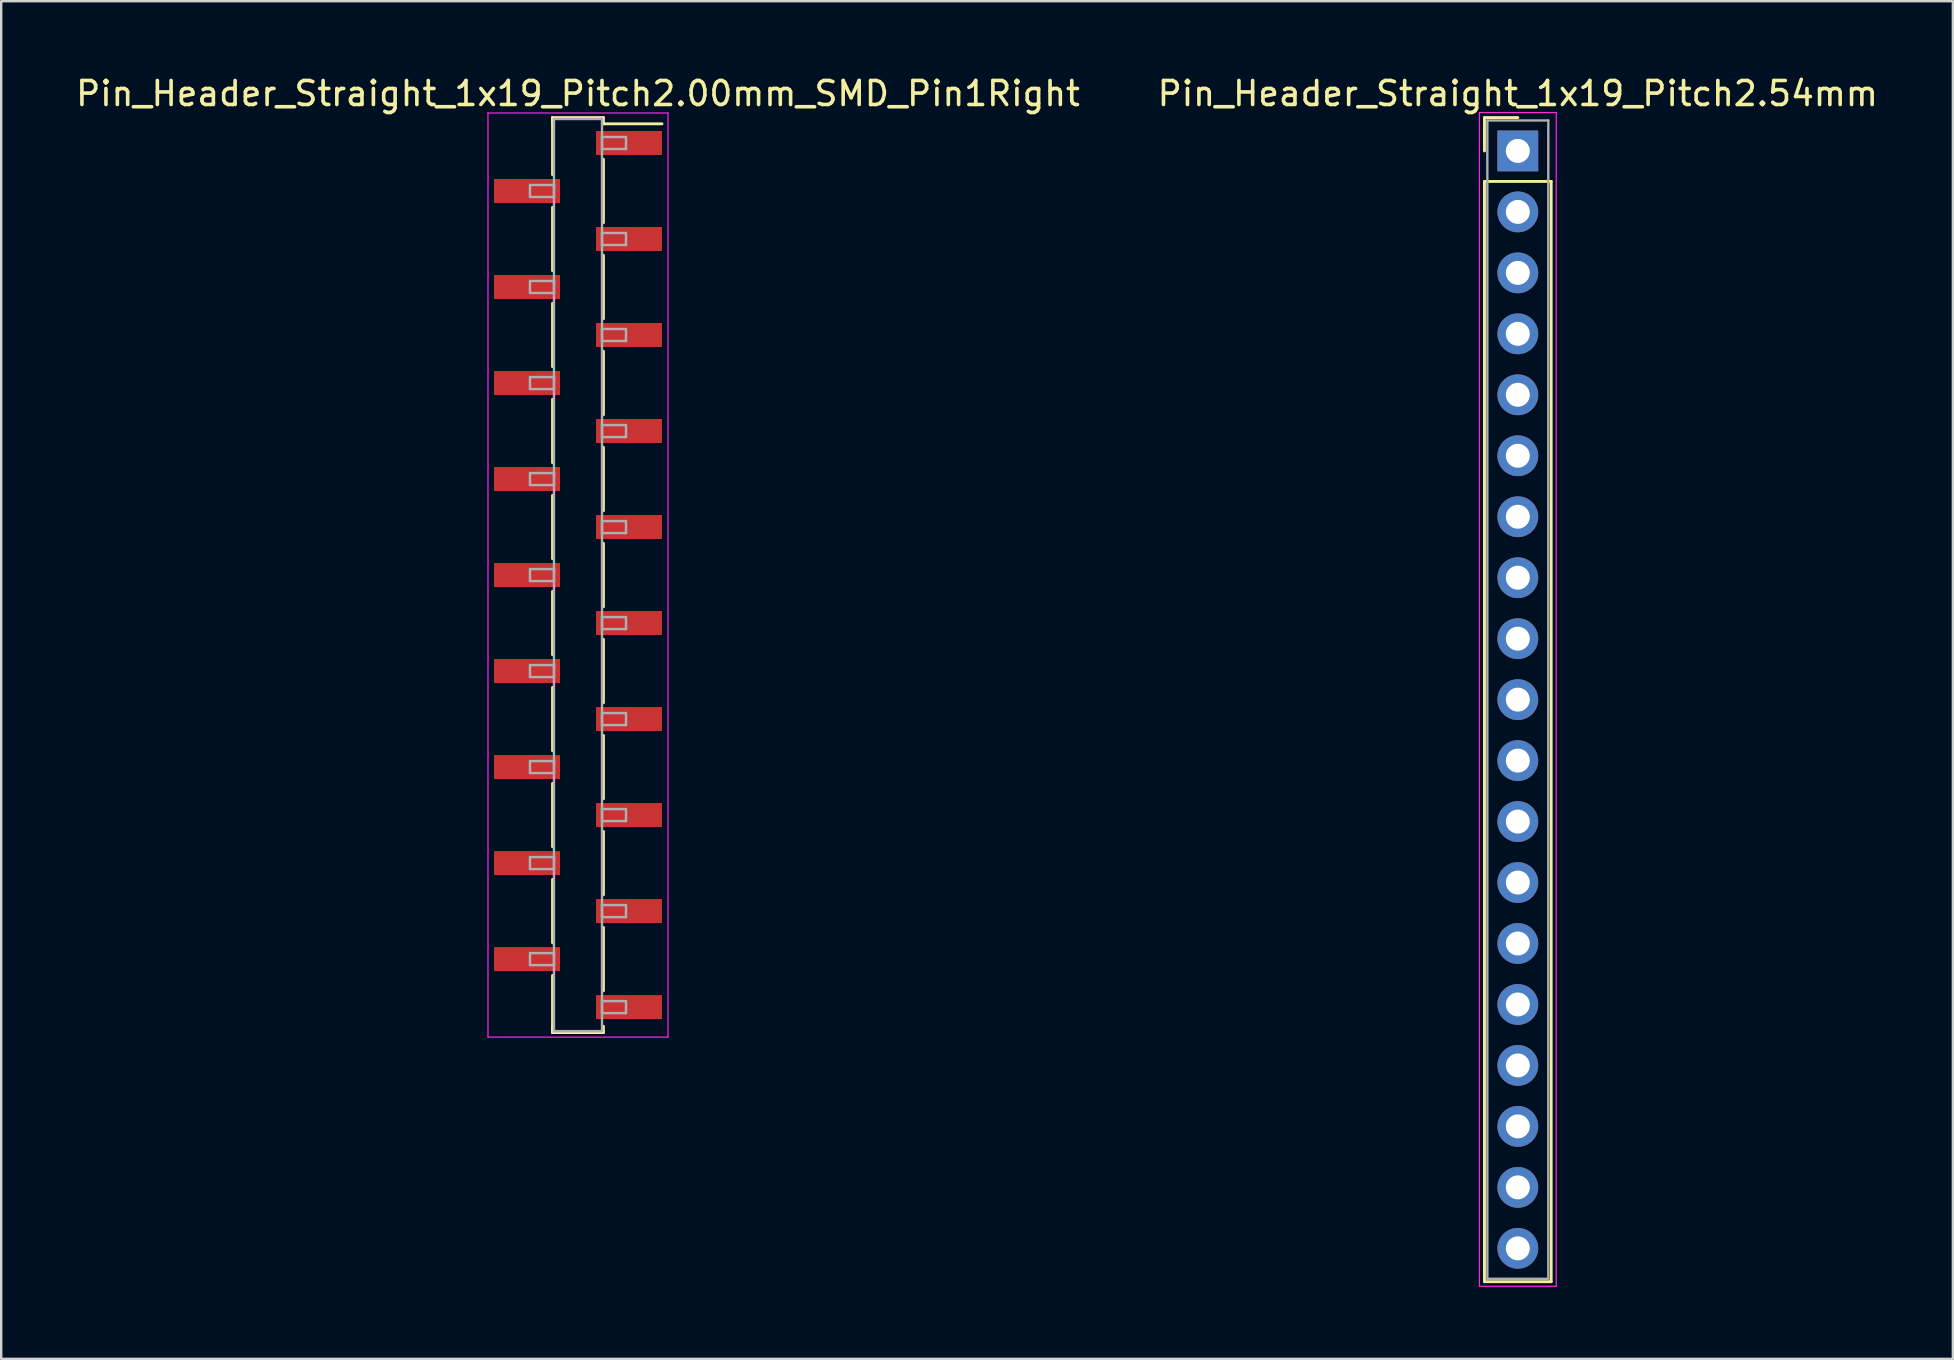
<source format=kicad_pcb>
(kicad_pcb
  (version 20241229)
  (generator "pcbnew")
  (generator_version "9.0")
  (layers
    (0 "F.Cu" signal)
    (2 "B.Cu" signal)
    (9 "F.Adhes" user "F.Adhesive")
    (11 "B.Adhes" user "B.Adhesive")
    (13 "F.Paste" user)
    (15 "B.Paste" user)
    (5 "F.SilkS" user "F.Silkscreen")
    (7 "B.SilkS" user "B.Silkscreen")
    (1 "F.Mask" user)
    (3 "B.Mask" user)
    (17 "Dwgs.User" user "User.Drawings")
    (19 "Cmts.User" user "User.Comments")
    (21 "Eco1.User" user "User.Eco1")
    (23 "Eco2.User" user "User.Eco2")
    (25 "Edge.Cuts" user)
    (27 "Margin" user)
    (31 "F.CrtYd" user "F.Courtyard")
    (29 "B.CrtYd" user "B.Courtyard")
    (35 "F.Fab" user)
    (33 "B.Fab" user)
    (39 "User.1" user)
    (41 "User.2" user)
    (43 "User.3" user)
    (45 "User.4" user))
  (footprint "Pin_Header_Straight_1x19_Pitch2.00mm_SMD_Pin1Right"
    (layer "F.Cu")
    (at 21.03 20.908)
    (property "Reference" "Pin_Header_Straight_1x19_Pitch2.00mm_SMD_Pin1Right" (at 0 -20.06 0) (layer "F.SilkS") (effects (font (size 1 1) (thickness 0.15))))
    (attr smd)
    (fp_line (start -1.06 -19.06) (end -1.06 -16.68) (stroke (width 0.12) (type solid)) (layer "F.SilkS"))
    (fp_line (start -1.06 -19.06) (end 1.06 -19.06) (stroke (width 0.12) (type solid)) (layer "F.SilkS"))
    (fp_line (start -1.06 -18.8) (end -1.06 -19.06) (stroke (width 0.12) (type solid)) (layer "F.SilkS"))
    (fp_line (start -1.06 -15.32) (end -1.06 -12.68) (stroke (width 0.12) (type solid)) (layer "F.SilkS"))
    (fp_line (start -1.06 -11.32) (end -1.06 -8.68) (stroke (width 0.12) (type solid)) (layer "F.SilkS"))
    (fp_line (start -1.06 -7.32) (end -1.06 -4.68) (stroke (width 0.12) (type solid)) (layer "F.SilkS"))
    (fp_line (start -1.06 -3.32) (end -1.06 -0.68) (stroke (width 0.12) (type solid)) (layer "F.SilkS"))
    (fp_line (start -1.06 0.68) (end -1.06 3.32) (stroke (width 0.12) (type solid)) (layer "F.SilkS"))
    (fp_line (start -1.06 4.68) (end -1.06 7.32) (stroke (width 0.12) (type solid)) (layer "F.SilkS"))
    (fp_line (start -1.06 8.68) (end -1.06 11.32) (stroke (width 0.12) (type solid)) (layer "F.SilkS"))
    (fp_line (start -1.06 12.68) (end -1.06 15.32) (stroke (width 0.12) (type solid)) (layer "F.SilkS"))
    (fp_line (start -1.06 16.68) (end -1.06 19.06) (stroke (width 0.12) (type solid)) (layer "F.SilkS"))
    (fp_line (start -1.06 18.8) (end -1.06 19.06) (stroke (width 0.12) (type solid)) (layer "F.SilkS"))
    (fp_line (start -1.06 19.06) (end 1.06 19.06) (stroke (width 0.12) (type solid)) (layer "F.SilkS"))
    (fp_line (start 1.06 -19.06) (end 1.06 -18.8) (stroke (width 0.12) (type solid)) (layer "F.SilkS"))
    (fp_line (start 1.06 -18.8) (end 3.5 -18.8) (stroke (width 0.12) (type solid)) (layer "F.SilkS"))
    (fp_line (start 1.06 -17.32) (end 1.06 -14.68) (stroke (width 0.12) (type solid)) (layer "F.SilkS"))
    (fp_line (start 1.06 -13.32) (end 1.06 -10.68) (stroke (width 0.12) (type solid)) (layer "F.SilkS"))
    (fp_line (start 1.06 -9.32) (end 1.06 -6.68) (stroke (width 0.12) (type solid)) (layer "F.SilkS"))
    (fp_line (start 1.06 -5.32) (end 1.06 -2.68) (stroke (width 0.12) (type solid)) (layer "F.SilkS"))
    (fp_line (start 1.06 -1.32) (end 1.06 1.32) (stroke (width 0.12) (type solid)) (layer "F.SilkS"))
    (fp_line (start 1.06 2.68) (end 1.06 5.32) (stroke (width 0.12) (type solid)) (layer "F.SilkS"))
    (fp_line (start 1.06 6.68) (end 1.06 9.32) (stroke (width 0.12) (type solid)) (layer "F.SilkS"))
    (fp_line (start 1.06 10.68) (end 1.06 13.32) (stroke (width 0.12) (type solid)) (layer "F.SilkS"))
    (fp_line (start 1.06 14.68) (end 1.06 17.32) (stroke (width 0.12) (type solid)) (layer "F.SilkS"))
    (fp_line (start 1.06 19.06) (end 1.06 18.8) (stroke (width 0.12) (type solid)) (layer "F.SilkS"))
    (fp_line (start -3.75 -19.25) (end -3.75 19.25) (stroke (width 0.05) (type solid)) (layer "F.CrtYd"))
    (fp_line (start -3.75 19.25) (end 3.75 19.25) (stroke (width 0.05) (type solid)) (layer "F.CrtYd"))
    (fp_line (start 3.75 -19.25) (end -3.75 -19.25) (stroke (width 0.05) (type solid)) (layer "F.CrtYd"))
    (fp_line (start 3.75 19.25) (end 3.75 -19.25) (stroke (width 0.05) (type solid)) (layer "F.CrtYd"))
    (fp_line (start -2 -16.25) (end -1 -16.25) (stroke (width 0.1) (type solid)) (layer "F.Fab"))
    (fp_line (start -2 -15.75) (end -2 -16.25) (stroke (width 0.1) (type solid)) (layer "F.Fab"))
    (fp_line (start -2 -12.25) (end -1 -12.25) (stroke (width 0.1) (type solid)) (layer "F.Fab"))
    (fp_line (start -2 -11.75) (end -2 -12.25) (stroke (width 0.1) (type solid)) (layer "F.Fab"))
    (fp_line (start -2 -8.25) (end -1 -8.25) (stroke (width 0.1) (type solid)) (layer "F.Fab"))
    (fp_line (start -2 -7.75) (end -2 -8.25) (stroke (width 0.1) (type solid)) (layer "F.Fab"))
    (fp_line (start -2 -4.25) (end -1 -4.25) (stroke (width 0.1) (type solid)) (layer "F.Fab"))
    (fp_line (start -2 -3.75) (end -2 -4.25) (stroke (width 0.1) (type solid)) (layer "F.Fab"))
    (fp_line (start -2 -0.25) (end -1 -0.25) (stroke (width 0.1) (type solid)) (layer "F.Fab"))
    (fp_line (start -2 0.25) (end -2 -0.25) (stroke (width 0.1) (type solid)) (layer "F.Fab"))
    (fp_line (start -2 3.75) (end -1 3.75) (stroke (width 0.1) (type solid)) (layer "F.Fab"))
    (fp_line (start -2 4.25) (end -2 3.75) (stroke (width 0.1) (type solid)) (layer "F.Fab"))
    (fp_line (start -2 7.75) (end -1 7.75) (stroke (width 0.1) (type solid)) (layer "F.Fab"))
    (fp_line (start -2 8.25) (end -2 7.75) (stroke (width 0.1) (type solid)) (layer "F.Fab"))
    (fp_line (start -2 11.75) (end -1 11.75) (stroke (width 0.1) (type solid)) (layer "F.Fab"))
    (fp_line (start -2 12.25) (end -2 11.75) (stroke (width 0.1) (type solid)) (layer "F.Fab"))
    (fp_line (start -2 15.75) (end -1 15.75) (stroke (width 0.1) (type solid)) (layer "F.Fab"))
    (fp_line (start -2 16.25) (end -2 15.75) (stroke (width 0.1) (type solid)) (layer "F.Fab"))
    (fp_line (start -1 -19) (end -1 19) (stroke (width 0.1) (type solid)) (layer "F.Fab"))
    (fp_line (start -1 -16.25) (end -1 -15.75) (stroke (width 0.1) (type solid)) (layer "F.Fab"))
    (fp_line (start -1 -15.75) (end -2 -15.75) (stroke (width 0.1) (type solid)) (layer "F.Fab"))
    (fp_line (start -1 -12.25) (end -1 -11.75) (stroke (width 0.1) (type solid)) (layer "F.Fab"))
    (fp_line (start -1 -11.75) (end -2 -11.75) (stroke (width 0.1) (type solid)) (layer "F.Fab"))
    (fp_line (start -1 -8.25) (end -1 -7.75) (stroke (width 0.1) (type solid)) (layer "F.Fab"))
    (fp_line (start -1 -7.75) (end -2 -7.75) (stroke (width 0.1) (type solid)) (layer "F.Fab"))
    (fp_line (start -1 -4.25) (end -1 -3.75) (stroke (width 0.1) (type solid)) (layer "F.Fab"))
    (fp_line (start -1 -3.75) (end -2 -3.75) (stroke (width 0.1) (type solid)) (layer "F.Fab"))
    (fp_line (start -1 -0.25) (end -1 0.25) (stroke (width 0.1) (type solid)) (layer "F.Fab"))
    (fp_line (start -1 0.25) (end -2 0.25) (stroke (width 0.1) (type solid)) (layer "F.Fab"))
    (fp_line (start -1 3.75) (end -1 4.25) (stroke (width 0.1) (type solid)) (layer "F.Fab"))
    (fp_line (start -1 4.25) (end -2 4.25) (stroke (width 0.1) (type solid)) (layer "F.Fab"))
    (fp_line (start -1 7.75) (end -1 8.25) (stroke (width 0.1) (type solid)) (layer "F.Fab"))
    (fp_line (start -1 8.25) (end -2 8.25) (stroke (width 0.1) (type solid)) (layer "F.Fab"))
    (fp_line (start -1 11.75) (end -1 12.25) (stroke (width 0.1) (type solid)) (layer "F.Fab"))
    (fp_line (start -1 12.25) (end -2 12.25) (stroke (width 0.1) (type solid)) (layer "F.Fab"))
    (fp_line (start -1 15.75) (end -1 16.25) (stroke (width 0.1) (type solid)) (layer "F.Fab"))
    (fp_line (start -1 16.25) (end -2 16.25) (stroke (width 0.1) (type solid)) (layer "F.Fab"))
    (fp_line (start -1 19) (end 1 19) (stroke (width 0.1) (type solid)) (layer "F.Fab"))
    (fp_line (start 1 -19) (end -1 -19) (stroke (width 0.1) (type solid)) (layer "F.Fab"))
    (fp_line (start 1 -18.25) (end 1 -17.75) (stroke (width 0.1) (type solid)) (layer "F.Fab"))
    (fp_line (start 1 -17.75) (end 2 -17.75) (stroke (width 0.1) (type solid)) (layer "F.Fab"))
    (fp_line (start 1 -14.25) (end 1 -13.75) (stroke (width 0.1) (type solid)) (layer "F.Fab"))
    (fp_line (start 1 -13.75) (end 2 -13.75) (stroke (width 0.1) (type solid)) (layer "F.Fab"))
    (fp_line (start 1 -10.25) (end 1 -9.75) (stroke (width 0.1) (type solid)) (layer "F.Fab"))
    (fp_line (start 1 -9.75) (end 2 -9.75) (stroke (width 0.1) (type solid)) (layer "F.Fab"))
    (fp_line (start 1 -6.25) (end 1 -5.75) (stroke (width 0.1) (type solid)) (layer "F.Fab"))
    (fp_line (start 1 -5.75) (end 2 -5.75) (stroke (width 0.1) (type solid)) (layer "F.Fab"))
    (fp_line (start 1 -2.25) (end 1 -1.75) (stroke (width 0.1) (type solid)) (layer "F.Fab"))
    (fp_line (start 1 -1.75) (end 2 -1.75) (stroke (width 0.1) (type solid)) (layer "F.Fab"))
    (fp_line (start 1 1.75) (end 1 2.25) (stroke (width 0.1) (type solid)) (layer "F.Fab"))
    (fp_line (start 1 2.25) (end 2 2.25) (stroke (width 0.1) (type solid)) (layer "F.Fab"))
    (fp_line (start 1 5.75) (end 1 6.25) (stroke (width 0.1) (type solid)) (layer "F.Fab"))
    (fp_line (start 1 6.25) (end 2 6.25) (stroke (width 0.1) (type solid)) (layer "F.Fab"))
    (fp_line (start 1 9.75) (end 1 10.25) (stroke (width 0.1) (type solid)) (layer "F.Fab"))
    (fp_line (start 1 10.25) (end 2 10.25) (stroke (width 0.1) (type solid)) (layer "F.Fab"))
    (fp_line (start 1 13.75) (end 1 14.25) (stroke (width 0.1) (type solid)) (layer "F.Fab"))
    (fp_line (start 1 14.25) (end 2 14.25) (stroke (width 0.1) (type solid)) (layer "F.Fab"))
    (fp_line (start 1 17.75) (end 1 18.25) (stroke (width 0.1) (type solid)) (layer "F.Fab"))
    (fp_line (start 1 18.25) (end 2 18.25) (stroke (width 0.1) (type solid)) (layer "F.Fab"))
    (fp_line (start 1 19) (end 1 -19) (stroke (width 0.1) (type solid)) (layer "F.Fab"))
    (fp_line (start 2 -18.25) (end 1 -18.25) (stroke (width 0.1) (type solid)) (layer "F.Fab"))
    (fp_line (start 2 -17.75) (end 2 -18.25) (stroke (width 0.1) (type solid)) (layer "F.Fab"))
    (fp_line (start 2 -14.25) (end 1 -14.25) (stroke (width 0.1) (type solid)) (layer "F.Fab"))
    (fp_line (start 2 -13.75) (end 2 -14.25) (stroke (width 0.1) (type solid)) (layer "F.Fab"))
    (fp_line (start 2 -10.25) (end 1 -10.25) (stroke (width 0.1) (type solid)) (layer "F.Fab"))
    (fp_line (start 2 -9.75) (end 2 -10.25) (stroke (width 0.1) (type solid)) (layer "F.Fab"))
    (fp_line (start 2 -6.25) (end 1 -6.25) (stroke (width 0.1) (type solid)) (layer "F.Fab"))
    (fp_line (start 2 -5.75) (end 2 -6.25) (stroke (width 0.1) (type solid)) (layer "F.Fab"))
    (fp_line (start 2 -2.25) (end 1 -2.25) (stroke (width 0.1) (type solid)) (layer "F.Fab"))
    (fp_line (start 2 -1.75) (end 2 -2.25) (stroke (width 0.1) (type solid)) (layer "F.Fab"))
    (fp_line (start 2 1.75) (end 1 1.75) (stroke (width 0.1) (type solid)) (layer "F.Fab"))
    (fp_line (start 2 2.25) (end 2 1.75) (stroke (width 0.1) (type solid)) (layer "F.Fab"))
    (fp_line (start 2 5.75) (end 1 5.75) (stroke (width 0.1) (type solid)) (layer "F.Fab"))
    (fp_line (start 2 6.25) (end 2 5.75) (stroke (width 0.1) (type solid)) (layer "F.Fab"))
    (fp_line (start 2 9.75) (end 1 9.75) (stroke (width 0.1) (type solid)) (layer "F.Fab"))
    (fp_line (start 2 10.25) (end 2 9.75) (stroke (width 0.1) (type solid)) (layer "F.Fab"))
    (fp_line (start 2 13.75) (end 1 13.75) (stroke (width 0.1) (type solid)) (layer "F.Fab"))
    (fp_line (start 2 14.25) (end 2 13.75) (stroke (width 0.1) (type solid)) (layer "F.Fab"))
    (fp_line (start 2 17.75) (end 1 17.75) (stroke (width 0.1) (type solid)) (layer "F.Fab"))
    (fp_line (start 2 18.25) (end 2 17.75) (stroke (width 0.1) (type solid)) (layer "F.Fab"))
    (pad "1" smd rect (at 2.125 -18) (size 2.75 1) (layers "F.Cu" "F.Mask"))
    (pad "2" smd rect (at -2.125 -16) (size 2.75 1) (layers "F.Cu" "F.Mask"))
    (pad "3" smd rect (at 2.125 -14) (size 2.75 1) (layers "F.Cu" "F.Mask"))
    (pad "4" smd rect (at -2.125 -12) (size 2.75 1) (layers "F.Cu" "F.Mask"))
    (pad "5" smd rect (at 2.125 -10) (size 2.75 1) (layers "F.Cu" "F.Mask"))
    (pad "6" smd rect (at -2.125 -8) (size 2.75 1) (layers "F.Cu" "F.Mask"))
    (pad "7" smd rect (at 2.125 -6) (size 2.75 1) (layers "F.Cu" "F.Mask"))
    (pad "8" smd rect (at -2.125 -4) (size 2.75 1) (layers "F.Cu" "F.Mask"))
    (pad "9" smd rect (at 2.125 -2) (size 2.75 1) (layers "F.Cu" "F.Mask"))
    (pad "10" smd rect (at -2.125 0) (size 2.75 1) (layers "F.Cu" "F.Mask"))
    (pad "11" smd rect (at 2.125 2) (size 2.75 1) (layers "F.Cu" "F.Mask"))
    (pad "12" smd rect (at -2.125 4) (size 2.75 1) (layers "F.Cu" "F.Mask"))
    (pad "13" smd rect (at 2.125 6) (size 2.75 1) (layers "F.Cu" "F.Mask"))
    (pad "14" smd rect (at -2.125 8) (size 2.75 1) (layers "F.Cu" "F.Mask"))
    (pad "15" smd rect (at 2.125 10) (size 2.75 1) (layers "F.Cu" "F.Mask"))
    (pad "16" smd rect (at -2.125 12) (size 2.75 1) (layers "F.Cu" "F.Mask"))
    (pad "17" smd rect (at 2.125 14) (size 2.75 1) (layers "F.Cu" "F.Mask"))
    (pad "18" smd rect (at -2.125 16) (size 2.75 1) (layers "F.Cu" "F.Mask"))
    (pad "19" smd rect (at 2.125 18) (size 2.75 1) (layers "F.Cu" "F.Mask")))
  (footprint "Pin_Header_Straight_1x19_Pitch2.54mm"
    (layer "F.Cu")
    (at 60.185 3.238)
    (property "Reference" "Pin_Header_Straight_1x19_Pitch2.54mm" (at 0 -2.39 0) (layer "F.SilkS") (effects (font (size 1 1) (thickness 0.15))))
    (attr through_hole)
    (fp_line (start -1.39 -1.39) (end 0 -1.39) (stroke (width 0.12) (type solid)) (layer "F.SilkS"))
    (fp_line (start -1.39 0) (end -1.39 -1.39) (stroke (width 0.12) (type solid)) (layer "F.SilkS"))
    (fp_line (start -1.39 1.27) (end -1.39 47.11) (stroke (width 0.12) (type solid)) (layer "F.SilkS"))
    (fp_line (start -1.39 47.11) (end 1.39 47.11) (stroke (width 0.12) (type solid)) (layer "F.SilkS"))
    (fp_line (start 1.39 1.27) (end -1.39 1.27) (stroke (width 0.12) (type solid)) (layer "F.SilkS"))
    (fp_line (start 1.39 47.11) (end 1.39 1.27) (stroke (width 0.12) (type solid)) (layer "F.SilkS"))
    (fp_line (start -1.6 -1.6) (end -1.6 47.3) (stroke (width 0.05) (type solid)) (layer "F.CrtYd"))
    (fp_line (start -1.6 47.3) (end 1.6 47.3) (stroke (width 0.05) (type solid)) (layer "F.CrtYd"))
    (fp_line (start 1.6 -1.6) (end -1.6 -1.6) (stroke (width 0.05) (type solid)) (layer "F.CrtYd"))
    (fp_line (start 1.6 47.3) (end 1.6 -1.6) (stroke (width 0.05) (type solid)) (layer "F.CrtYd"))
    (fp_line (start -1.27 -1.27) (end -1.27 46.99) (stroke (width 0.1) (type solid)) (layer "F.Fab"))
    (fp_line (start -1.27 46.99) (end 1.27 46.99) (stroke (width 0.1) (type solid)) (layer "F.Fab"))
    (fp_line (start 1.27 -1.27) (end -1.27 -1.27) (stroke (width 0.1) (type solid)) (layer "F.Fab"))
    (fp_line (start 1.27 46.99) (end 1.27 -1.27) (stroke (width 0.1) (type solid)) (layer "F.Fab"))
    (pad "1" thru_hole rect (at 0 0) (size 1.7 1.7) (drill 1) (layers "*.Cu" "*.Mask"))
    (pad "2" thru_hole oval (at 0 2.54) (size 1.7 1.7) (drill 1) (layers "*.Cu" "*.Mask"))
    (pad "3" thru_hole oval (at 0 5.08) (size 1.7 1.7) (drill 1) (layers "*.Cu" "*.Mask"))
    (pad "4" thru_hole oval (at 0 7.62) (size 1.7 1.7) (drill 1) (layers "*.Cu" "*.Mask"))
    (pad "5" thru_hole oval (at 0 10.16) (size 1.7 1.7) (drill 1) (layers "*.Cu" "*.Mask"))
    (pad "6" thru_hole oval (at 0 12.7) (size 1.7 1.7) (drill 1) (layers "*.Cu" "*.Mask"))
    (pad "7" thru_hole oval (at 0 15.24) (size 1.7 1.7) (drill 1) (layers "*.Cu" "*.Mask"))
    (pad "8" thru_hole oval (at 0 17.78) (size 1.7 1.7) (drill 1) (layers "*.Cu" "*.Mask"))
    (pad "9" thru_hole oval (at 0 20.32) (size 1.7 1.7) (drill 1) (layers "*.Cu" "*.Mask"))
    (pad "10" thru_hole oval (at 0 22.86) (size 1.7 1.7) (drill 1) (layers "*.Cu" "*.Mask"))
    (pad "11" thru_hole oval (at 0 25.4) (size 1.7 1.7) (drill 1) (layers "*.Cu" "*.Mask"))
    (pad "12" thru_hole oval (at 0 27.94) (size 1.7 1.7) (drill 1) (layers "*.Cu" "*.Mask"))
    (pad "13" thru_hole oval (at 0 30.48) (size 1.7 1.7) (drill 1) (layers "*.Cu" "*.Mask"))
    (pad "14" thru_hole oval (at 0 33.02) (size 1.7 1.7) (drill 1) (layers "*.Cu" "*.Mask"))
    (pad "15" thru_hole oval (at 0 35.56) (size 1.7 1.7) (drill 1) (layers "*.Cu" "*.Mask"))
    (pad "16" thru_hole oval (at 0 38.1) (size 1.7 1.7) (drill 1) (layers "*.Cu" "*.Mask"))
    (pad "17" thru_hole oval (at 0 40.64) (size 1.7 1.7) (drill 1) (layers "*.Cu" "*.Mask"))
    (pad "18" thru_hole oval (at 0 43.18) (size 1.7 1.7) (drill 1) (layers "*.Cu" "*.Mask"))
    (pad "19" thru_hole oval (at 0 45.72) (size 1.7 1.7) (drill 1) (layers "*.Cu" "*.Mask")))
  (gr_rect
    (start -3 -3)
    (end 78.31 53.563)
    (stroke (width 0.1) (type default))
    (fill no)
    (layer "Edge.Cuts")))
</source>
